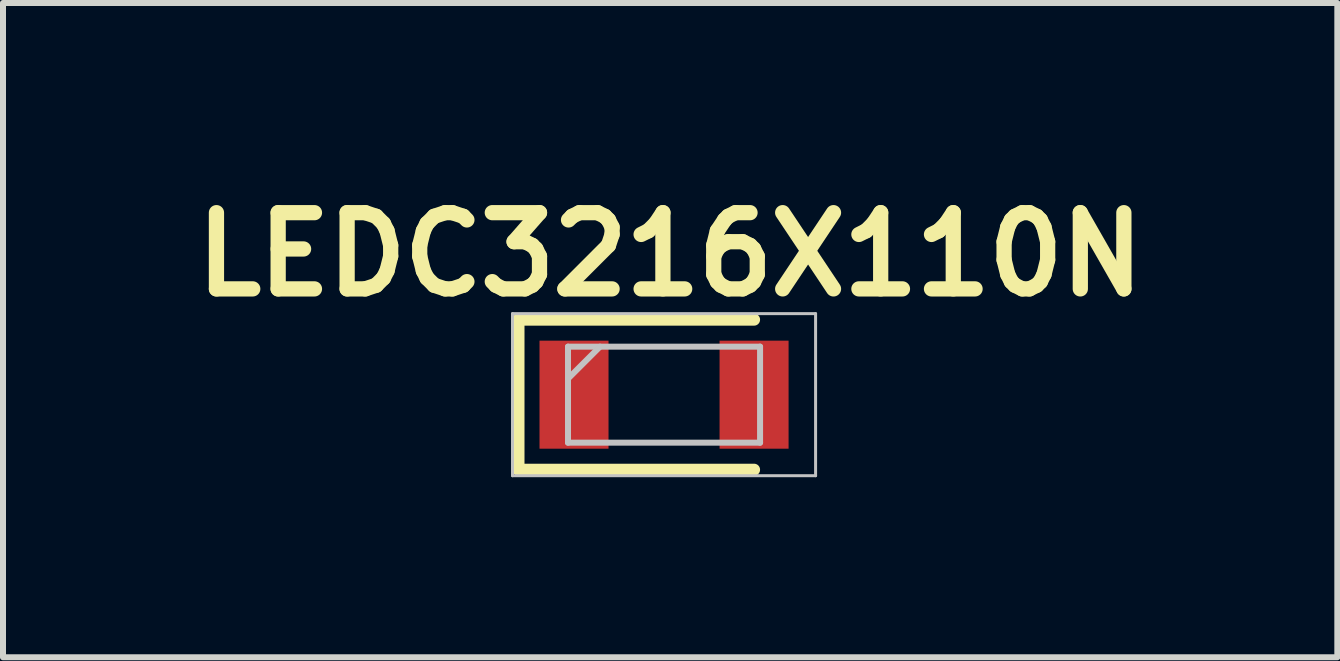
<source format=kicad_pcb>
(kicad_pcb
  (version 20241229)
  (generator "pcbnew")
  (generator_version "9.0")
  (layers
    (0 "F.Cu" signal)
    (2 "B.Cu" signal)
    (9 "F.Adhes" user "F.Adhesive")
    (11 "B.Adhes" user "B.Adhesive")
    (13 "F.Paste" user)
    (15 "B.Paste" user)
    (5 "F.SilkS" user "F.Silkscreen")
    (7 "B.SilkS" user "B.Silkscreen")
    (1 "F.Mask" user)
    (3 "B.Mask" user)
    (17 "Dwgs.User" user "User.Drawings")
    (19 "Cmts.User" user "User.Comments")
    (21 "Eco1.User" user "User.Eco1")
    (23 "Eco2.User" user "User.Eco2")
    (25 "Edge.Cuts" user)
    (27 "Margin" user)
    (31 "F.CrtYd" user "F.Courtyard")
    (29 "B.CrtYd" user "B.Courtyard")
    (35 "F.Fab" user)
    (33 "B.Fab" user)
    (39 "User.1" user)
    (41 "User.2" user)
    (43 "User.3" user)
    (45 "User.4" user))
  (footprint "LEDC3216X110N"
    (layer "F.Cu")
    (at 8.014 3.526)
    (property "Reference" "LEDC3216X110N" (at 0.102 -2.337 0) (layer "F.SilkS") (effects (font (size 1.27 1.27) (thickness 0.254))))
    (attr smd)
    (fp_line (start -2.425 -1.25) (end -2.425 1.25) (stroke (width 0.2) (type solid)) (layer "F.SilkS"))
    (fp_line (start -2.425 1.25) (end 1.5 1.25) (stroke (width 0.2) (type solid)) (layer "F.SilkS"))
    (fp_line (start 1.5 -1.25) (end -2.425 -1.25) (stroke (width 0.2) (type solid)) (layer "F.SilkS"))
    (fp_line (start -2.525 -1.35) (end 2.525 -1.35) (stroke (width 0.05) (type solid)) (layer "Dwgs.User"))
    (fp_line (start -2.525 1.35) (end -2.525 -1.35) (stroke (width 0.05) (type solid)) (layer "Dwgs.User"))
    (fp_line (start -1.6 -0.8) (end 1.6 -0.8) (stroke (width 0.1) (type solid)) (layer "Dwgs.User"))
    (fp_line (start -1.6 -0.267) (end -1.067 -0.8) (stroke (width 0.1) (type solid)) (layer "Dwgs.User"))
    (fp_line (start -1.6 0.8) (end -1.6 -0.8) (stroke (width 0.1) (type solid)) (layer "Dwgs.User"))
    (fp_line (start 1.6 -0.8) (end 1.6 0.8) (stroke (width 0.1) (type solid)) (layer "Dwgs.User"))
    (fp_line (start 1.6 0.8) (end -1.6 0.8) (stroke (width 0.1) (type solid)) (layer "Dwgs.User"))
    (fp_line (start 2.525 -1.35) (end 2.525 1.35) (stroke (width 0.05) (type solid)) (layer "Dwgs.User"))
    (fp_line (start 2.525 1.35) (end -2.525 1.35) (stroke (width 0.05) (type solid)) (layer "Dwgs.User"))
    (pad "1" smd rect (at -1.5 0) (size 1.15 1.8) (layers "F.Cu" "F.Mask" "F.Paste"))
    (pad "2" smd rect (at 1.5 0) (size 1.15 1.8) (layers "F.Cu" "F.Mask" "F.Paste")))
  (gr_rect
    (start -3 -3)
    (end 19.232 7.901)
    (stroke (width 0.1) (type default))
    (fill no)
    (layer "Edge.Cuts")))
</source>
